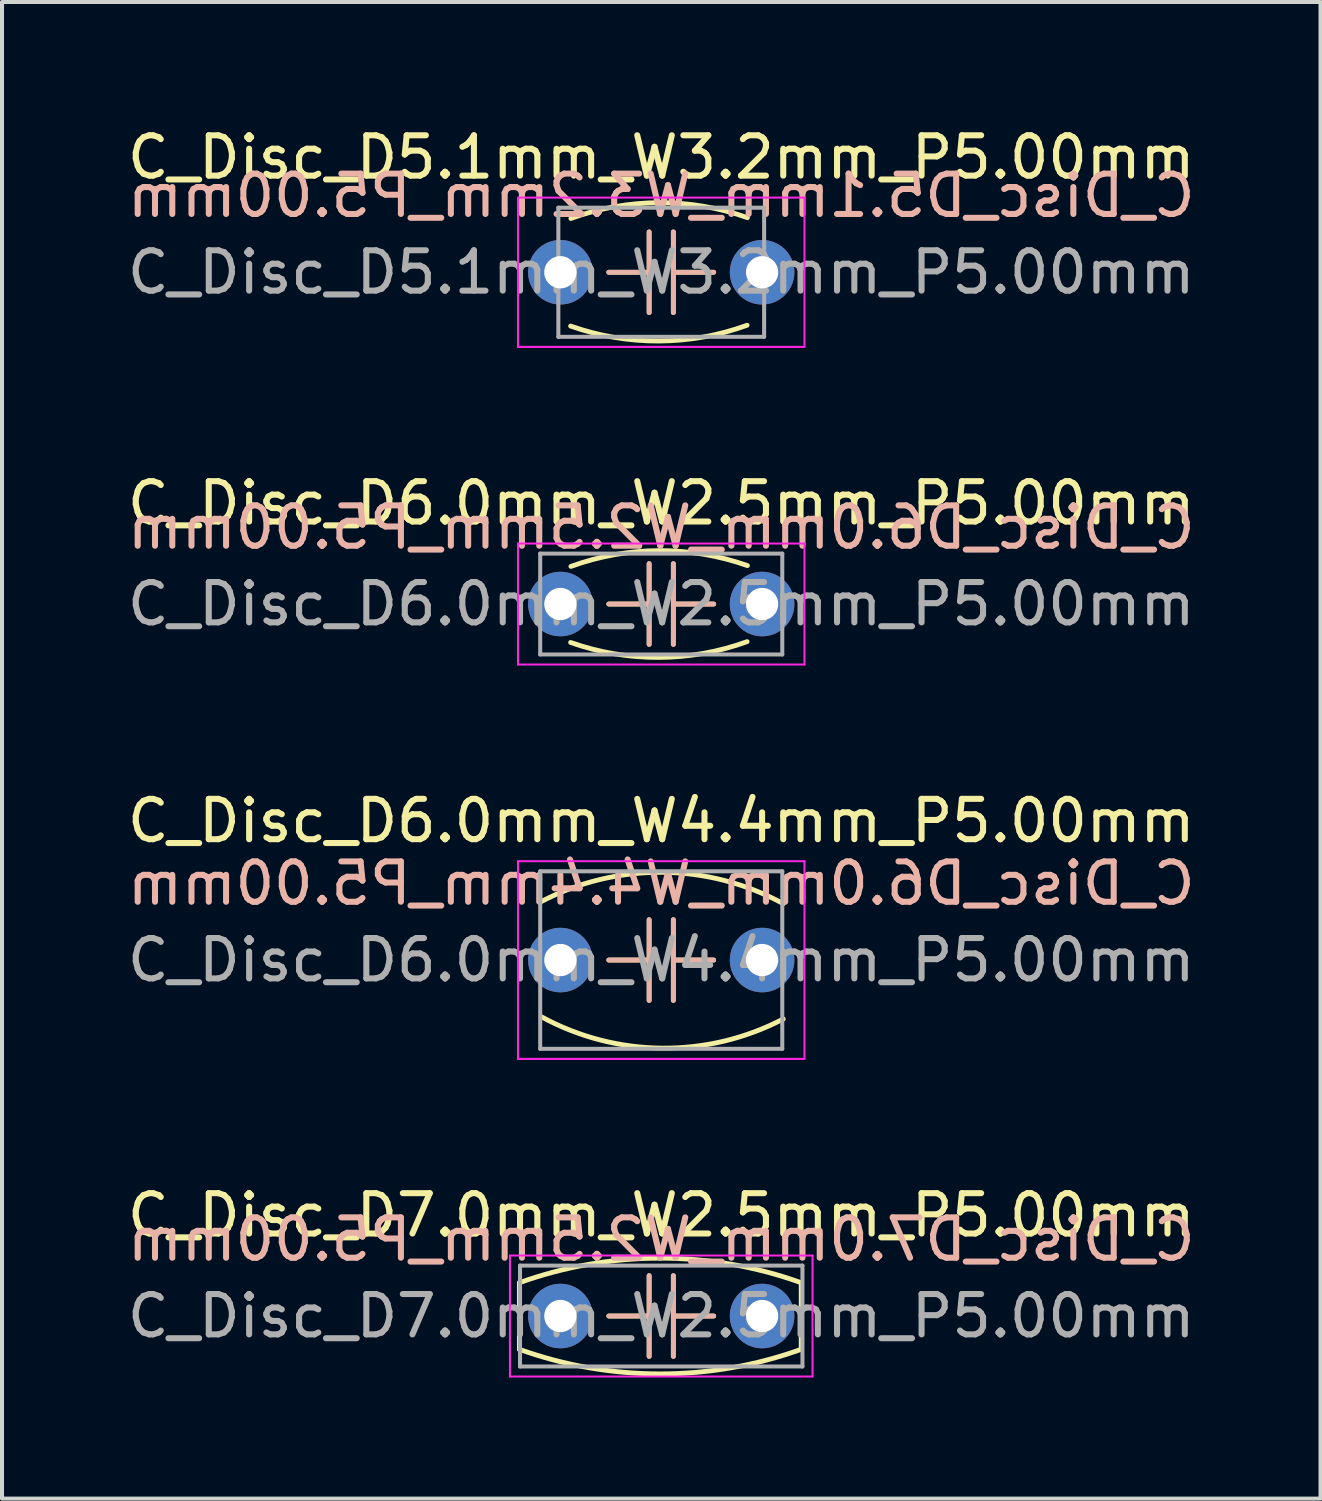
<source format=kicad_pcb>
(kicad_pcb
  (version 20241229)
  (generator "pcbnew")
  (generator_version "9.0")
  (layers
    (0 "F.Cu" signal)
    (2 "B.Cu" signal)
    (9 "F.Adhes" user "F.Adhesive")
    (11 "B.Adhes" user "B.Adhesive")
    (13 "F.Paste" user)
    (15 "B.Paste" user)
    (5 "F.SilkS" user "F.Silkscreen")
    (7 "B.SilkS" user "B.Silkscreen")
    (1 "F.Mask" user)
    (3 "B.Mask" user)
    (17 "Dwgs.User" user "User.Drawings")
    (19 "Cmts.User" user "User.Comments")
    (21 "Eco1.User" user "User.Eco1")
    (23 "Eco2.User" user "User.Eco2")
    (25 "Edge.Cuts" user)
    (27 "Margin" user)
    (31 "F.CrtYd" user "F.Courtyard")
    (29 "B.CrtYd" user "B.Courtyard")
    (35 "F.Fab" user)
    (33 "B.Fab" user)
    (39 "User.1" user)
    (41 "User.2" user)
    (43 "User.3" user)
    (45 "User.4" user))
  (footprint "C_Disc_D6.0mm_W2.5mm_P5.00mm"
    (layer "F.Cu")
    (at 10.839 11.921)
    (property "Reference" "C_Disc_D6.0mm_W2.5mm_P5.00mm" (at 2.5 -2.5 0) (layer "F.SilkS") (effects (font (size 1 1) (thickness 0.15))))
    (fp_line (start 1.2 0) (end 2.2 0) (stroke (width 0.12) (type solid)) (layer "F.SilkS"))
    (fp_line (start 2.2 0) (end 2.2 -1) (stroke (width 0.12) (type solid)) (layer "F.SilkS"))
    (fp_line (start 2.2 0) (end 2.2 1) (stroke (width 0.12) (type solid)) (layer "F.SilkS"))
    (fp_line (start 2.8 -1) (end 2.8 1) (stroke (width 0.12) (type solid)) (layer "F.SilkS"))
    (fp_line (start 2.8 0) (end 3.8 0) (stroke (width 0.12) (type solid)) (layer "F.SilkS"))
    (fp_arc (start 0.261356 -0.932324) (mid 2.44667 -1.323463) (end 4.6355 -0.9525) (stroke (width 0.12) (type solid)) (layer "F.SilkS"))
    (fp_arc (start 4.628144 0.932323) (mid 2.44283 1.323462) (end 0.254 0.9525) (stroke (width 0.12) (type solid)) (layer "F.SilkS"))
    (fp_line (start 1.2 0) (end 2.2 0) (stroke (width 0.12) (type solid)) (layer "B.SilkS"))
    (fp_line (start 2.2 0) (end 2.2 -1) (stroke (width 0.12) (type solid)) (layer "B.SilkS"))
    (fp_line (start 2.2 0) (end 2.2 1) (stroke (width 0.12) (type solid)) (layer "B.SilkS"))
    (fp_line (start 2.8 0) (end 3.8 0) (stroke (width 0.12) (type solid)) (layer "B.SilkS"))
    (fp_line (start 2.8 1) (end 2.8 -1) (stroke (width 0.12) (type solid)) (layer "B.SilkS"))
    (fp_line (start -1.05 -1.5) (end -1.05 1.5) (stroke (width 0.05) (type solid)) (layer "F.CrtYd"))
    (fp_line (start -1.05 1.5) (end 6.05 1.5) (stroke (width 0.05) (type solid)) (layer "F.CrtYd"))
    (fp_line (start 6.05 -1.5) (end -1.05 -1.5) (stroke (width 0.05) (type solid)) (layer "F.CrtYd"))
    (fp_line (start 6.05 1.5) (end 6.05 -1.5) (stroke (width 0.05) (type solid)) (layer "F.CrtYd"))
    (fp_line (start -0.5 -1.25) (end -0.5 1.25) (stroke (width 0.1) (type solid)) (layer "F.Fab"))
    (fp_line (start -0.5 1.25) (end 5.5 1.25) (stroke (width 0.1) (type solid)) (layer "F.Fab"))
    (fp_line (start 5.5 -1.25) (end -0.5 -1.25) (stroke (width 0.1) (type solid)) (layer "F.Fab"))
    (fp_line (start 5.5 1.25) (end 5.5 -1.25) (stroke (width 0.1) (type solid)) (layer "F.Fab"))
    (fp_text user "${REFERENCE}" (at 2.5 -1.9 0) (layer "B.SilkS") (effects (font (size 1 1) (thickness 0.15)) (justify mirror)))
    (fp_text user "${REFERENCE}" (at 2.5 0 0) (layer "F.Fab") (effects (font (size 1 1) (thickness 0.15))))
    (pad "1" thru_hole circle (at 0 0) (size 1.6 1.6) (drill 0.8) (layers "*.Cu" "*.Mask"))
    (pad "2" thru_hole circle (at 5 0) (size 1.6 1.6) (drill 0.8) (layers "*.Cu" "*.Mask")))
  (footprint "C_Disc_D7.0mm_W2.5mm_P5.00mm"
    (layer "F.Cu")
    (at 10.839 29.568)
    (property "Reference" "C_Disc_D7.0mm_W2.5mm_P5.00mm" (at 2.5 -2.5 0) (layer "F.SilkS") (effects (font (size 1 1) (thickness 0.15))))
    (fp_line (start -1.016 0.826) (end -1.016 -0.826) (stroke (width 0.12) (type solid)) (layer "F.SilkS"))
    (fp_line (start 1.2 0) (end 2.2 0) (stroke (width 0.12) (type solid)) (layer "F.SilkS"))
    (fp_line (start 2.2 0) (end 2.2 -1) (stroke (width 0.12) (type solid)) (layer "F.SilkS"))
    (fp_line (start 2.2 0) (end 2.2 1) (stroke (width 0.12) (type solid)) (layer "F.SilkS"))
    (fp_line (start 2.8 -1) (end 2.8 1) (stroke (width 0.12) (type solid)) (layer "F.SilkS"))
    (fp_line (start 2.8 0) (end 3.8 0) (stroke (width 0.12) (type solid)) (layer "F.SilkS"))
    (fp_line (start 5.969 -0.826) (end 5.969 0.826) (stroke (width 0.12) (type solid)) (layer "F.SilkS"))
    (fp_arc (start -1.016 -0.8255) (mid 2.4765 -1.434171) (end 5.969 -0.8255) (stroke (width 0.12) (type solid)) (layer "F.SilkS"))
    (fp_arc (start 5.969 0.8255) (mid 2.4765 1.434171) (end -1.016 0.8255) (stroke (width 0.12) (type solid)) (layer "F.SilkS"))
    (fp_line (start 1.2 0) (end 2.2 0) (stroke (width 0.12) (type solid)) (layer "B.SilkS"))
    (fp_line (start 2.2 0) (end 2.2 -1) (stroke (width 0.12) (type solid)) (layer "B.SilkS"))
    (fp_line (start 2.2 0) (end 2.2 1) (stroke (width 0.12) (type solid)) (layer "B.SilkS"))
    (fp_line (start 2.8 0) (end 3.8 0) (stroke (width 0.12) (type solid)) (layer "B.SilkS"))
    (fp_line (start 2.8 1) (end 2.8 -1) (stroke (width 0.12) (type solid)) (layer "B.SilkS"))
    (fp_line (start -1.25 -1.5) (end -1.25 1.5) (stroke (width 0.05) (type solid)) (layer "F.CrtYd"))
    (fp_line (start -1.25 1.5) (end 6.25 1.5) (stroke (width 0.05) (type solid)) (layer "F.CrtYd"))
    (fp_line (start 6.25 -1.5) (end -1.25 -1.5) (stroke (width 0.05) (type solid)) (layer "F.CrtYd"))
    (fp_line (start 6.25 1.5) (end 6.25 -1.5) (stroke (width 0.05) (type solid)) (layer "F.CrtYd"))
    (fp_line (start -1 -1.25) (end -1 1.25) (stroke (width 0.1) (type solid)) (layer "F.Fab"))
    (fp_line (start -1 1.25) (end 6 1.25) (stroke (width 0.1) (type solid)) (layer "F.Fab"))
    (fp_line (start 6 -1.25) (end -1 -1.25) (stroke (width 0.1) (type solid)) (layer "F.Fab"))
    (fp_line (start 6 1.25) (end 6 -1.25) (stroke (width 0.1) (type solid)) (layer "F.Fab"))
    (fp_text user "${REFERENCE}" (at 2.5 -1.9 0) (layer "B.SilkS") (effects (font (size 1 1) (thickness 0.15)) (justify mirror)))
    (fp_text user "${REFERENCE}" (at 2.5 0 0) (layer "F.Fab") (effects (font (size 1 1) (thickness 0.15))))
    (pad "1" thru_hole circle (at 0 0) (size 1.6 1.6) (drill 0.8) (layers "*.Cu" "*.Mask"))
    (pad "2" thru_hole circle (at 5 0) (size 1.6 1.6) (drill 0.8) (layers "*.Cu" "*.Mask")))
  (footprint "C_Disc_D5.1mm_W3.2mm_P5.00mm"
    (layer "F.Cu")
    (at 10.839 3.698)
    (property "Reference" "C_Disc_D5.1mm_W3.2mm_P5.00mm" (at 2.5 -2.85 0) (layer "F.SilkS") (effects (font (size 1 1) (thickness 0.15))))
    (fp_line (start 1.2 0) (end 2.2 0) (stroke (width 0.12) (type solid)) (layer "F.SilkS"))
    (fp_line (start 2.2 0) (end 2.2 -1) (stroke (width 0.12) (type solid)) (layer "F.SilkS"))
    (fp_line (start 2.2 0) (end 2.2 1) (stroke (width 0.12) (type solid)) (layer "F.SilkS"))
    (fp_line (start 2.8 -1) (end 2.8 1) (stroke (width 0.12) (type solid)) (layer "F.SilkS"))
    (fp_line (start 2.8 0) (end 3.8 0) (stroke (width 0.12) (type solid)) (layer "F.SilkS"))
    (fp_arc (start 0.261356 -1.3335) (mid 2.44667 -1.724639) (end 4.6355 -1.353676) (stroke (width 0.12) (type solid)) (layer "F.SilkS"))
    (fp_arc (start 4.628144 1.313323) (mid 2.44283 1.704462) (end 0.254 1.3335) (stroke (width 0.12) (type solid)) (layer "F.SilkS"))
    (fp_line (start 1.2 0) (end 2.2 0) (stroke (width 0.12) (type solid)) (layer "B.SilkS"))
    (fp_line (start 2.2 0) (end 2.2 -1) (stroke (width 0.12) (type solid)) (layer "B.SilkS"))
    (fp_line (start 2.2 0) (end 2.2 1) (stroke (width 0.12) (type solid)) (layer "B.SilkS"))
    (fp_line (start 2.8 0) (end 3.8 0) (stroke (width 0.12) (type solid)) (layer "B.SilkS"))
    (fp_line (start 2.8 1) (end 2.8 -1) (stroke (width 0.12) (type solid)) (layer "B.SilkS"))
    (fp_line (start -1.05 -1.85) (end -1.05 1.85) (stroke (width 0.05) (type solid)) (layer "F.CrtYd"))
    (fp_line (start -1.05 1.85) (end 6.05 1.85) (stroke (width 0.05) (type solid)) (layer "F.CrtYd"))
    (fp_line (start 6.05 -1.85) (end -1.05 -1.85) (stroke (width 0.05) (type solid)) (layer "F.CrtYd"))
    (fp_line (start 6.05 1.85) (end 6.05 -1.85) (stroke (width 0.05) (type solid)) (layer "F.CrtYd"))
    (fp_line (start -0.05 -1.6) (end -0.05 1.6) (stroke (width 0.1) (type solid)) (layer "F.Fab"))
    (fp_line (start -0.05 1.6) (end 5.05 1.6) (stroke (width 0.1) (type solid)) (layer "F.Fab"))
    (fp_line (start 5.05 -1.6) (end -0.05 -1.6) (stroke (width 0.1) (type solid)) (layer "F.Fab"))
    (fp_line (start 5.05 1.6) (end 5.05 -1.6) (stroke (width 0.1) (type solid)) (layer "F.Fab"))
    (fp_text user "${REFERENCE}" (at 2.5 -1.9 0) (layer "B.SilkS") (effects (font (size 1 1) (thickness 0.15)) (justify mirror)))
    (fp_text user "${REFERENCE}" (at 2.5 0 0) (layer "F.Fab") (effects (font (size 1 1) (thickness 0.15))))
    (pad "1" thru_hole circle (at 0 0) (size 1.6 1.6) (drill 0.8) (layers "*.Cu" "*.Mask"))
    (pad "2" thru_hole circle (at 5 0) (size 1.6 1.6) (drill 0.8) (layers "*.Cu" "*.Mask")))
  (footprint "C_Disc_D6.0mm_W4.4mm_P5.00mm"
    (layer "F.Cu")
    (at 10.839 20.745)
    (property "Reference" "C_Disc_D6.0mm_W4.4mm_P5.00mm" (at 2.5 -3.45 0) (layer "F.SilkS") (effects (font (size 1 1) (thickness 0.15))))
    (fp_line (start 1.2 0) (end 2.2 0) (stroke (width 0.12) (type solid)) (layer "F.SilkS"))
    (fp_line (start 2.2 0) (end 2.2 -1) (stroke (width 0.12) (type solid)) (layer "F.SilkS"))
    (fp_line (start 2.2 0) (end 2.2 1) (stroke (width 0.12) (type solid)) (layer "F.SilkS"))
    (fp_line (start 2.8 -1) (end 2.8 1) (stroke (width 0.12) (type solid)) (layer "F.SilkS"))
    (fp_line (start 2.8 0) (end 3.8 0) (stroke (width 0.12) (type solid)) (layer "F.SilkS"))
    (fp_arc (start -0.469977 -1.451191) (mid 2.53404 -2.173962) (end 5.5245 -1.397) (stroke (width 0.12) (type solid)) (layer "F.SilkS"))
    (fp_arc (start 5.5245 1.4605) (mid 2.520483 2.183271) (end -0.469977 1.406309) (stroke (width 0.12) (type solid)) (layer "F.SilkS"))
    (fp_line (start 1.2 0) (end 2.2 0) (stroke (width 0.12) (type solid)) (layer "B.SilkS"))
    (fp_line (start 2.2 0) (end 2.2 -1) (stroke (width 0.12) (type solid)) (layer "B.SilkS"))
    (fp_line (start 2.2 0) (end 2.2 1) (stroke (width 0.12) (type solid)) (layer "B.SilkS"))
    (fp_line (start 2.8 0) (end 3.8 0) (stroke (width 0.12) (type solid)) (layer "B.SilkS"))
    (fp_line (start 2.8 1) (end 2.8 -1) (stroke (width 0.12) (type solid)) (layer "B.SilkS"))
    (fp_line (start -1.05 -2.45) (end -1.05 2.45) (stroke (width 0.05) (type solid)) (layer "F.CrtYd"))
    (fp_line (start -1.05 2.45) (end 6.05 2.45) (stroke (width 0.05) (type solid)) (layer "F.CrtYd"))
    (fp_line (start 6.05 -2.45) (end -1.05 -2.45) (stroke (width 0.05) (type solid)) (layer "F.CrtYd"))
    (fp_line (start 6.05 2.45) (end 6.05 -2.45) (stroke (width 0.05) (type solid)) (layer "F.CrtYd"))
    (fp_line (start -0.5 -2.2) (end -0.5 2.2) (stroke (width 0.1) (type solid)) (layer "F.Fab"))
    (fp_line (start -0.5 2.2) (end 5.5 2.2) (stroke (width 0.1) (type solid)) (layer "F.Fab"))
    (fp_line (start 5.5 -2.2) (end -0.5 -2.2) (stroke (width 0.1) (type solid)) (layer "F.Fab"))
    (fp_line (start 5.5 2.2) (end 5.5 -2.2) (stroke (width 0.1) (type solid)) (layer "F.Fab"))
    (fp_text user "${REFERENCE}" (at 2.5 -1.9 0) (layer "B.SilkS") (effects (font (size 1 1) (thickness 0.15)) (justify mirror)))
    (fp_text user "${REFERENCE}" (at 2.5 0 0) (layer "F.Fab") (effects (font (size 1 1) (thickness 0.15))))
    (pad "1" thru_hole circle (at 0 0) (size 1.6 1.6) (drill 0.8) (layers "*.Cu" "*.Mask"))
    (pad "2" thru_hole circle (at 5 0) (size 1.6 1.6) (drill 0.8) (layers "*.Cu" "*.Mask")))
  (gr_rect
    (start -3 -3)
    (end 29.679 34.093)
    (stroke (width 0.1) (type default))
    (fill no)
    (layer "Edge.Cuts")))
</source>
